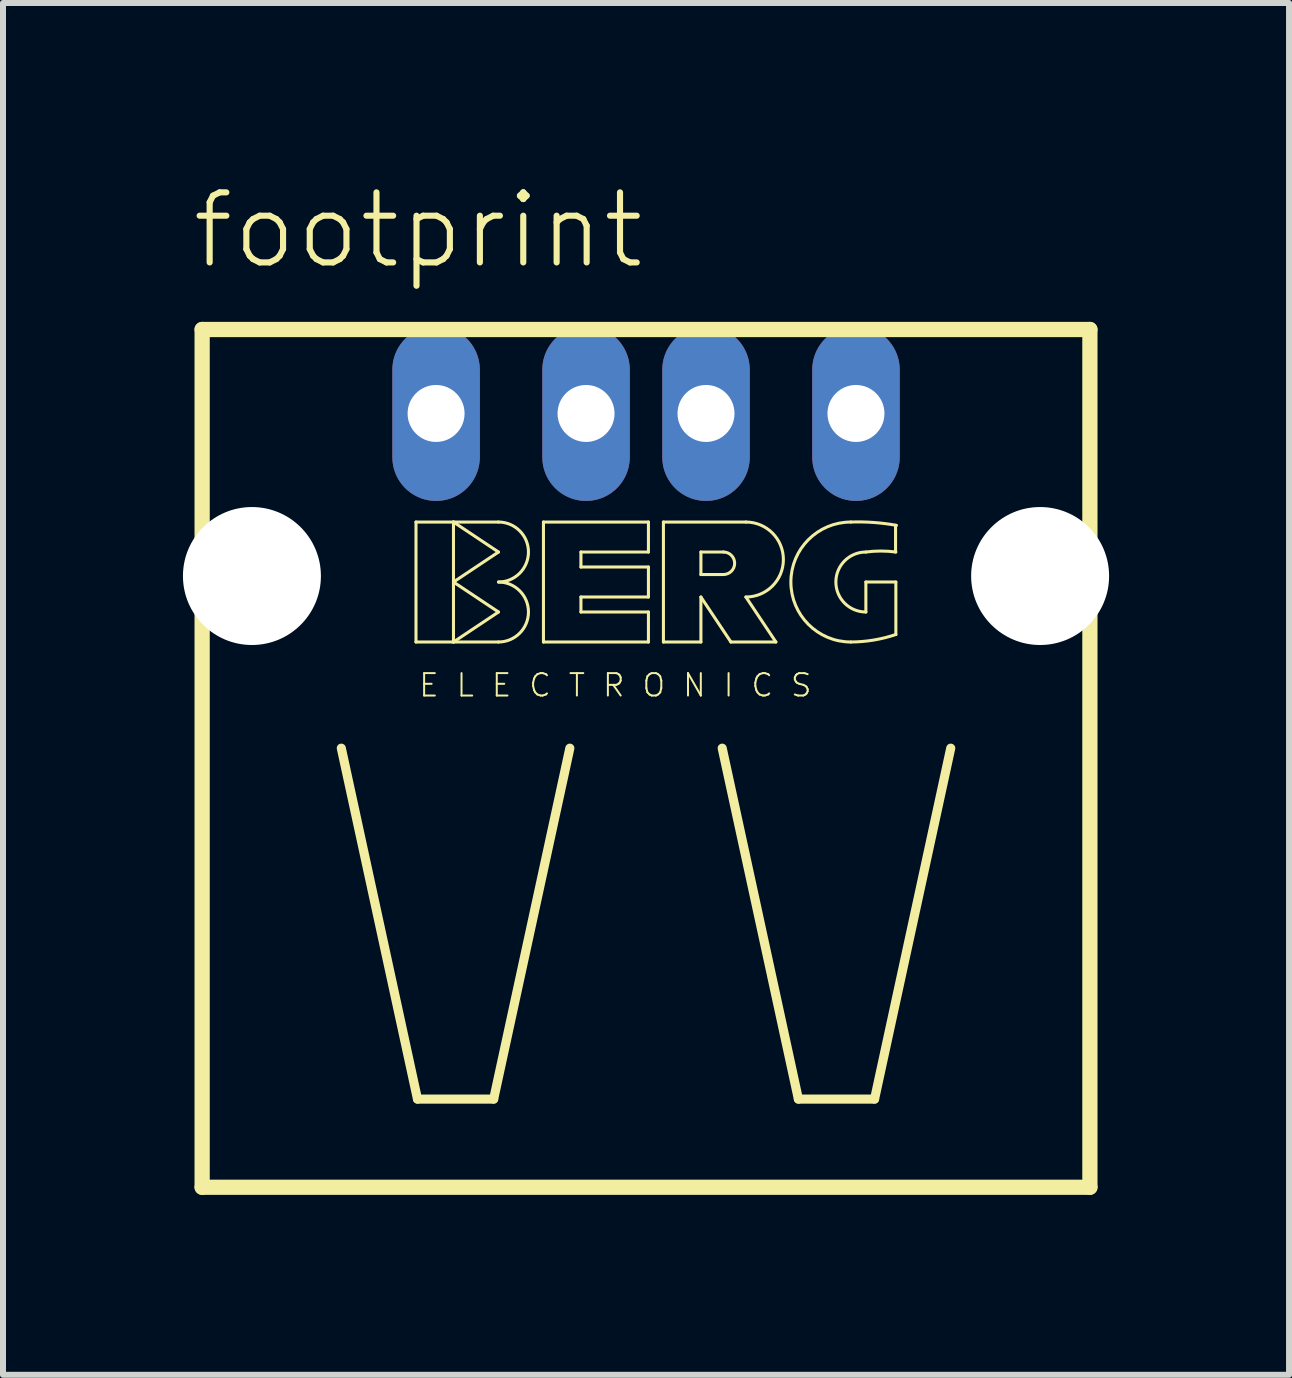
<source format=kicad_pcb>
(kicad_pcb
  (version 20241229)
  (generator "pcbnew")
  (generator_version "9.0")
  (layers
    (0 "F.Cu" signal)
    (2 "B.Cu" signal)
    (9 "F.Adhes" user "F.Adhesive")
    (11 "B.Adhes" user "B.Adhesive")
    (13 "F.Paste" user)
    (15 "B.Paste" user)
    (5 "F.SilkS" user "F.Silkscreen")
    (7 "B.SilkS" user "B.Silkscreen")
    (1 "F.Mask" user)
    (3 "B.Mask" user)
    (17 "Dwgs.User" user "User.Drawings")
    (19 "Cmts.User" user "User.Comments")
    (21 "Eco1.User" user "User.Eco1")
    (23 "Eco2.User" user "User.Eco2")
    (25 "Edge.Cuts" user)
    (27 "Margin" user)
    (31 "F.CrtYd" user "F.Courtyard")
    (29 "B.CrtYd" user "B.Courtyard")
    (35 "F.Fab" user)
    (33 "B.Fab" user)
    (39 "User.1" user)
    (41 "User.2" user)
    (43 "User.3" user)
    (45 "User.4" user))
  (footprint "footprint"
    (layer "F.Cu")
    (at 7.72 6.553)
    (property "Reference" "footprint" (at -7.62 -5.08 0) (layer "F.SilkS") (effects (font (size 1.168 1.168) (thickness 0.102)) (justify left bottom)))
    (fp_line (start -7.4 -4.11) (end -7.4 10.19) (stroke (width 0.254) (type solid)) (layer "F.SilkS"))
    (fp_line (start -7.4 10.19) (end 7.4 10.19) (stroke (width 0.254) (type solid)) (layer "F.SilkS"))
    (fp_line (start -5.08 2.87) (end -3.81 8.72) (stroke (width 0.152) (type solid)) (layer "F.SilkS"))
    (fp_line (start -3.835 -0.9) (end -3.835 1.1) (stroke (width 0.051) (type solid)) (layer "F.SilkS"))
    (fp_line (start -3.835 1.1) (end -3.21 1.1) (stroke (width 0.051) (type solid)) (layer "F.SilkS"))
    (fp_line (start -3.81 8.72) (end -2.54 8.72) (stroke (width 0.152) (type solid)) (layer "F.SilkS"))
    (fp_line (start -3.21 -0.9) (end -3.835 -0.9) (stroke (width 0.051) (type solid)) (layer "F.SilkS"))
    (fp_line (start -3.21 -0.9) (end -2.46 -0.4) (stroke (width 0.051) (type solid)) (layer "F.SilkS"))
    (fp_line (start -3.21 0.1) (end -3.21 -0.9) (stroke (width 0.051) (type solid)) (layer "F.SilkS"))
    (fp_line (start -3.21 0.1) (end -2.46 0.6) (stroke (width 0.051) (type solid)) (layer "F.SilkS"))
    (fp_line (start -3.21 1.1) (end -3.21 0.1) (stroke (width 0.051) (type solid)) (layer "F.SilkS"))
    (fp_line (start -2.54 8.72) (end -1.27 2.87) (stroke (width 0.152) (type solid)) (layer "F.SilkS"))
    (fp_line (start -2.46 -0.9) (end -3.21 -0.9) (stroke (width 0.051) (type solid)) (layer "F.SilkS"))
    (fp_line (start -2.46 -0.4) (end -3.21 0.1) (stroke (width 0.051) (type solid)) (layer "F.SilkS"))
    (fp_line (start -2.46 0.6) (end -3.21 1.1) (stroke (width 0.051) (type solid)) (layer "F.SilkS"))
    (fp_line (start -2.46 1.1) (end -3.21 1.1) (stroke (width 0.051) (type solid)) (layer "F.SilkS"))
    (fp_line (start -1.71 -0.9) (end -1.71 1.1) (stroke (width 0.051) (type solid)) (layer "F.SilkS"))
    (fp_line (start -1.71 1.1) (end 0.04 1.1) (stroke (width 0.051) (type solid)) (layer "F.SilkS"))
    (fp_line (start -1.085 -0.4) (end 0.04 -0.4) (stroke (width 0.051) (type solid)) (layer "F.SilkS"))
    (fp_line (start -1.085 -0.15) (end -1.085 -0.4) (stroke (width 0.051) (type solid)) (layer "F.SilkS"))
    (fp_line (start -1.085 0.35) (end 0.04 0.35) (stroke (width 0.051) (type solid)) (layer "F.SilkS"))
    (fp_line (start -1.085 0.6) (end -1.085 0.35) (stroke (width 0.051) (type solid)) (layer "F.SilkS"))
    (fp_line (start 0.04 -0.9) (end -1.71 -0.9) (stroke (width 0.051) (type solid)) (layer "F.SilkS"))
    (fp_line (start 0.04 -0.4) (end 0.04 -0.9) (stroke (width 0.051) (type solid)) (layer "F.SilkS"))
    (fp_line (start 0.04 -0.15) (end -1.085 -0.15) (stroke (width 0.051) (type solid)) (layer "F.SilkS"))
    (fp_line (start 0.04 0.35) (end 0.04 -0.15) (stroke (width 0.051) (type solid)) (layer "F.SilkS"))
    (fp_line (start 0.04 0.6) (end -1.085 0.6) (stroke (width 0.051) (type solid)) (layer "F.SilkS"))
    (fp_line (start 0.04 1.1) (end 0.04 0.6) (stroke (width 0.051) (type solid)) (layer "F.SilkS"))
    (fp_line (start 0.29 -0.9) (end 0.29 1.1) (stroke (width 0.051) (type solid)) (layer "F.SilkS"))
    (fp_line (start 0.29 -0.9) (end 1.665 -0.9) (stroke (width 0.051) (type solid)) (layer "F.SilkS"))
    (fp_line (start 0.29 1.1) (end 0.915 1.1) (stroke (width 0.051) (type solid)) (layer "F.SilkS"))
    (fp_line (start 0.915 -0.4) (end 0.915 -0.025) (stroke (width 0.051) (type solid)) (layer "F.SilkS"))
    (fp_line (start 0.915 -0.4) (end 1.29 -0.4) (stroke (width 0.051) (type solid)) (layer "F.SilkS"))
    (fp_line (start 0.915 -0.025) (end 1.29 -0.025) (stroke (width 0.051) (type solid)) (layer "F.SilkS"))
    (fp_line (start 0.915 0.35) (end 1.415 1.1) (stroke (width 0.051) (type solid)) (layer "F.SilkS"))
    (fp_line (start 0.915 1.1) (end 0.915 0.35) (stroke (width 0.051) (type solid)) (layer "F.SilkS"))
    (fp_line (start 1.27 2.87) (end 2.54 8.72) (stroke (width 0.152) (type solid)) (layer "F.SilkS"))
    (fp_line (start 1.415 1.1) (end 2.165 1.1) (stroke (width 0.051) (type solid)) (layer "F.SilkS"))
    (fp_line (start 2.165 1.1) (end 1.665 0.35) (stroke (width 0.051) (type solid)) (layer "F.SilkS"))
    (fp_line (start 2.54 8.72) (end 3.81 8.72) (stroke (width 0.152) (type solid)) (layer "F.SilkS"))
    (fp_line (start 3.665 0.1) (end 3.665 0.6) (stroke (width 0.051) (type solid)) (layer "F.SilkS"))
    (fp_line (start 3.665 0.1) (end 4.165 0.1) (stroke (width 0.051) (type solid)) (layer "F.SilkS"))
    (fp_line (start 3.81 8.72) (end 5.08 2.87) (stroke (width 0.152) (type solid)) (layer "F.SilkS"))
    (fp_line (start 4.16 -0.4) (end 4.16 -0.845) (stroke (width 0.051) (type solid)) (layer "F.SilkS"))
    (fp_line (start 4.165 0.1) (end 4.165 0.975) (stroke (width 0.051) (type solid)) (layer "F.SilkS"))
    (fp_line (start 7.4 -4.11) (end -7.4 -4.11) (stroke (width 0.254) (type solid)) (layer "F.SilkS"))
    (fp_line (start 7.4 10.19) (end 7.4 -4.11) (stroke (width 0.254) (type solid)) (layer "F.SilkS"))
    (fp_arc (start -2.46 -0.9) (mid -1.96 -0.4) (end -2.46 0.1) (stroke (width 0.0508) (type solid)) (layer "F.SilkS"))
    (fp_arc (start -2.46 0.1) (mid -1.96 0.6) (end -2.46 1.1) (stroke (width 0.0508) (type solid)) (layer "F.SilkS"))
    (fp_arc (start 1.29 -0.4) (mid 1.4775 -0.2125) (end 1.29 -0.025) (stroke (width 0.0508) (type solid)) (layer "F.SilkS"))
    (fp_arc (start 1.665 -0.9) (mid 2.29 -0.275) (end 1.665 0.35) (stroke (width 0.0508) (type solid)) (layer "F.SilkS"))
    (fp_arc (start 3.415 -0.9) (mid 3.796448 -0.892513) (end 4.175 -0.845) (stroke (width 0.0508) (type solid)) (layer "F.SilkS"))
    (fp_arc (start 3.415 1.1) (mid 2.415 0.1) (end 3.415 -0.9) (stroke (width 0.0508) (type solid)) (layer "F.SilkS"))
    (fp_arc (start 3.665 -0.4) (mid 3.915 -0.416593) (end 4.165 -0.4) (stroke (width 0.0508) (type solid)) (layer "F.SilkS"))
    (fp_arc (start 3.665 0.6) (mid 3.165 0.1) (end 3.665 -0.4) (stroke (width 0.0508) (type solid)) (layer "F.SilkS"))
    (fp_arc (start 4.165 0.975) (mid 3.795035 1.06771) (end 3.415 1.1) (stroke (width 0.0508) (type solid)) (layer "F.SilkS"))
    (fp_text user "E L E C T R O N I C S" (at -3.81 2.04 0) (layer "F.SilkS") (effects (font (size 0.374 0.374) (thickness 0.033)) (justify left bottom)))
    (pad "" np_thru_hole circle (at -6.57 0) (size 2.3 2.3) (drill 2.3) (layers "*.Cu" "*.Mask"))
    (pad "" np_thru_hole circle (at 6.57 0) (size 2.3 2.3) (drill 2.3) (layers "*.Cu" "*.Mask"))
    (pad "1" thru_hole oval (at -3.5 -2.71 90) (size 2.916 1.458) (drill 0.95) (layers "*.Cu" "*.Mask"))
    (pad "2" thru_hole oval (at -1 -2.71 90) (size 2.916 1.458) (drill 0.95) (layers "*.Cu" "*.Mask"))
    (pad "3" thru_hole oval (at 1 -2.71 90) (size 2.916 1.458) (drill 0.95) (layers "*.Cu" "*.Mask"))
    (pad "4" thru_hole oval (at 3.5 -2.71 90) (size 2.916 1.458) (drill 0.95) (layers "*.Cu" "*.Mask")))
  (gr_rect
    (start -3 -3)
    (end 18.44 19.87)
    (stroke (width 0.1) (type default))
    (fill no)
    (layer "Edge.Cuts")))
</source>
